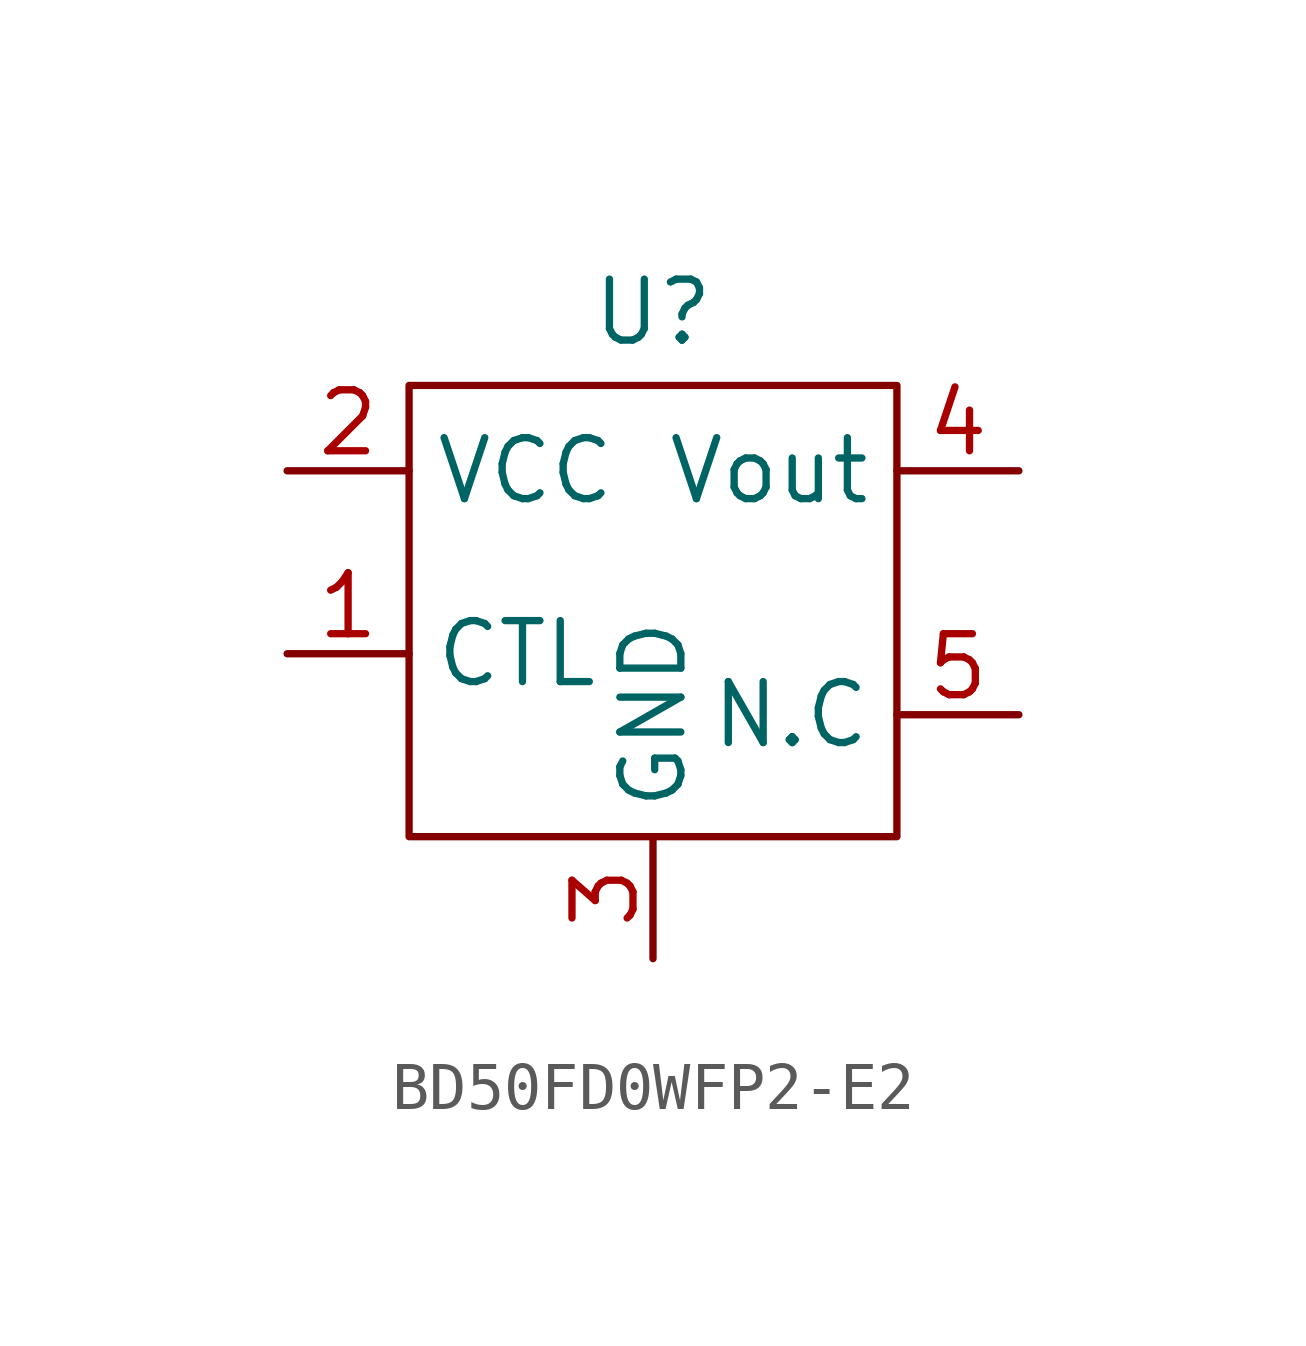
<source format=kicad_sym>
(kicad_symbol_lib
  (version 20241209)
  (generator "kicad_symbol_editor")
  (generator_version "9.0")
  (symbol "BD50FD0WFP2-E2"
    (property "Reference" "U"
      (at 0 5.842 0)
      (effects (font (size 1.27 1.27))))
    (property "Value" ""
      (at 0 0 0)
      (effects (font (size 1.27 1.27))))
    (symbol "BD50FD0WFP2-E2_0_1"
      (rectangle (start -5.08 4.318) (end 5.08 -5.08) (stroke (width 0) (type default)) (fill (type none))))
    (symbol "BD50FD0WFP2-E2_1_1"
      (pin power_in line (at -7.62 2.54 0) (length 2.54) (name "VCC" (effects (font (size 1.27 1.27)))) (number "2" (effects (font (size 1.27 1.27)))))
      (pin input line (at -7.62 -1.27 0) (length 2.54) (name "CTL" (effects (font (size 1.27 1.27)))) (number "1" (effects (font (size 1.27 1.27)))))
      (pin power_in line (at 0 -7.62 90) (length 2.54) (name "GND" (effects (font (size 1.27 1.27)))) (number "3" (effects (font (size 1.27 1.27)))))
      (pin power_out line (at 7.62 2.54 180) (length 2.54) (name "Vout" (effects (font (size 1.27 1.27)))) (number "4" (effects (font (size 1.27 1.27)))))
      (pin free line (at 7.62 -2.54 180) (length 2.54) (name "N.C" (effects (font (size 1.27 1.27)))) (number "5" (effects (font (size 1.27 1.27))))))))
</source>
